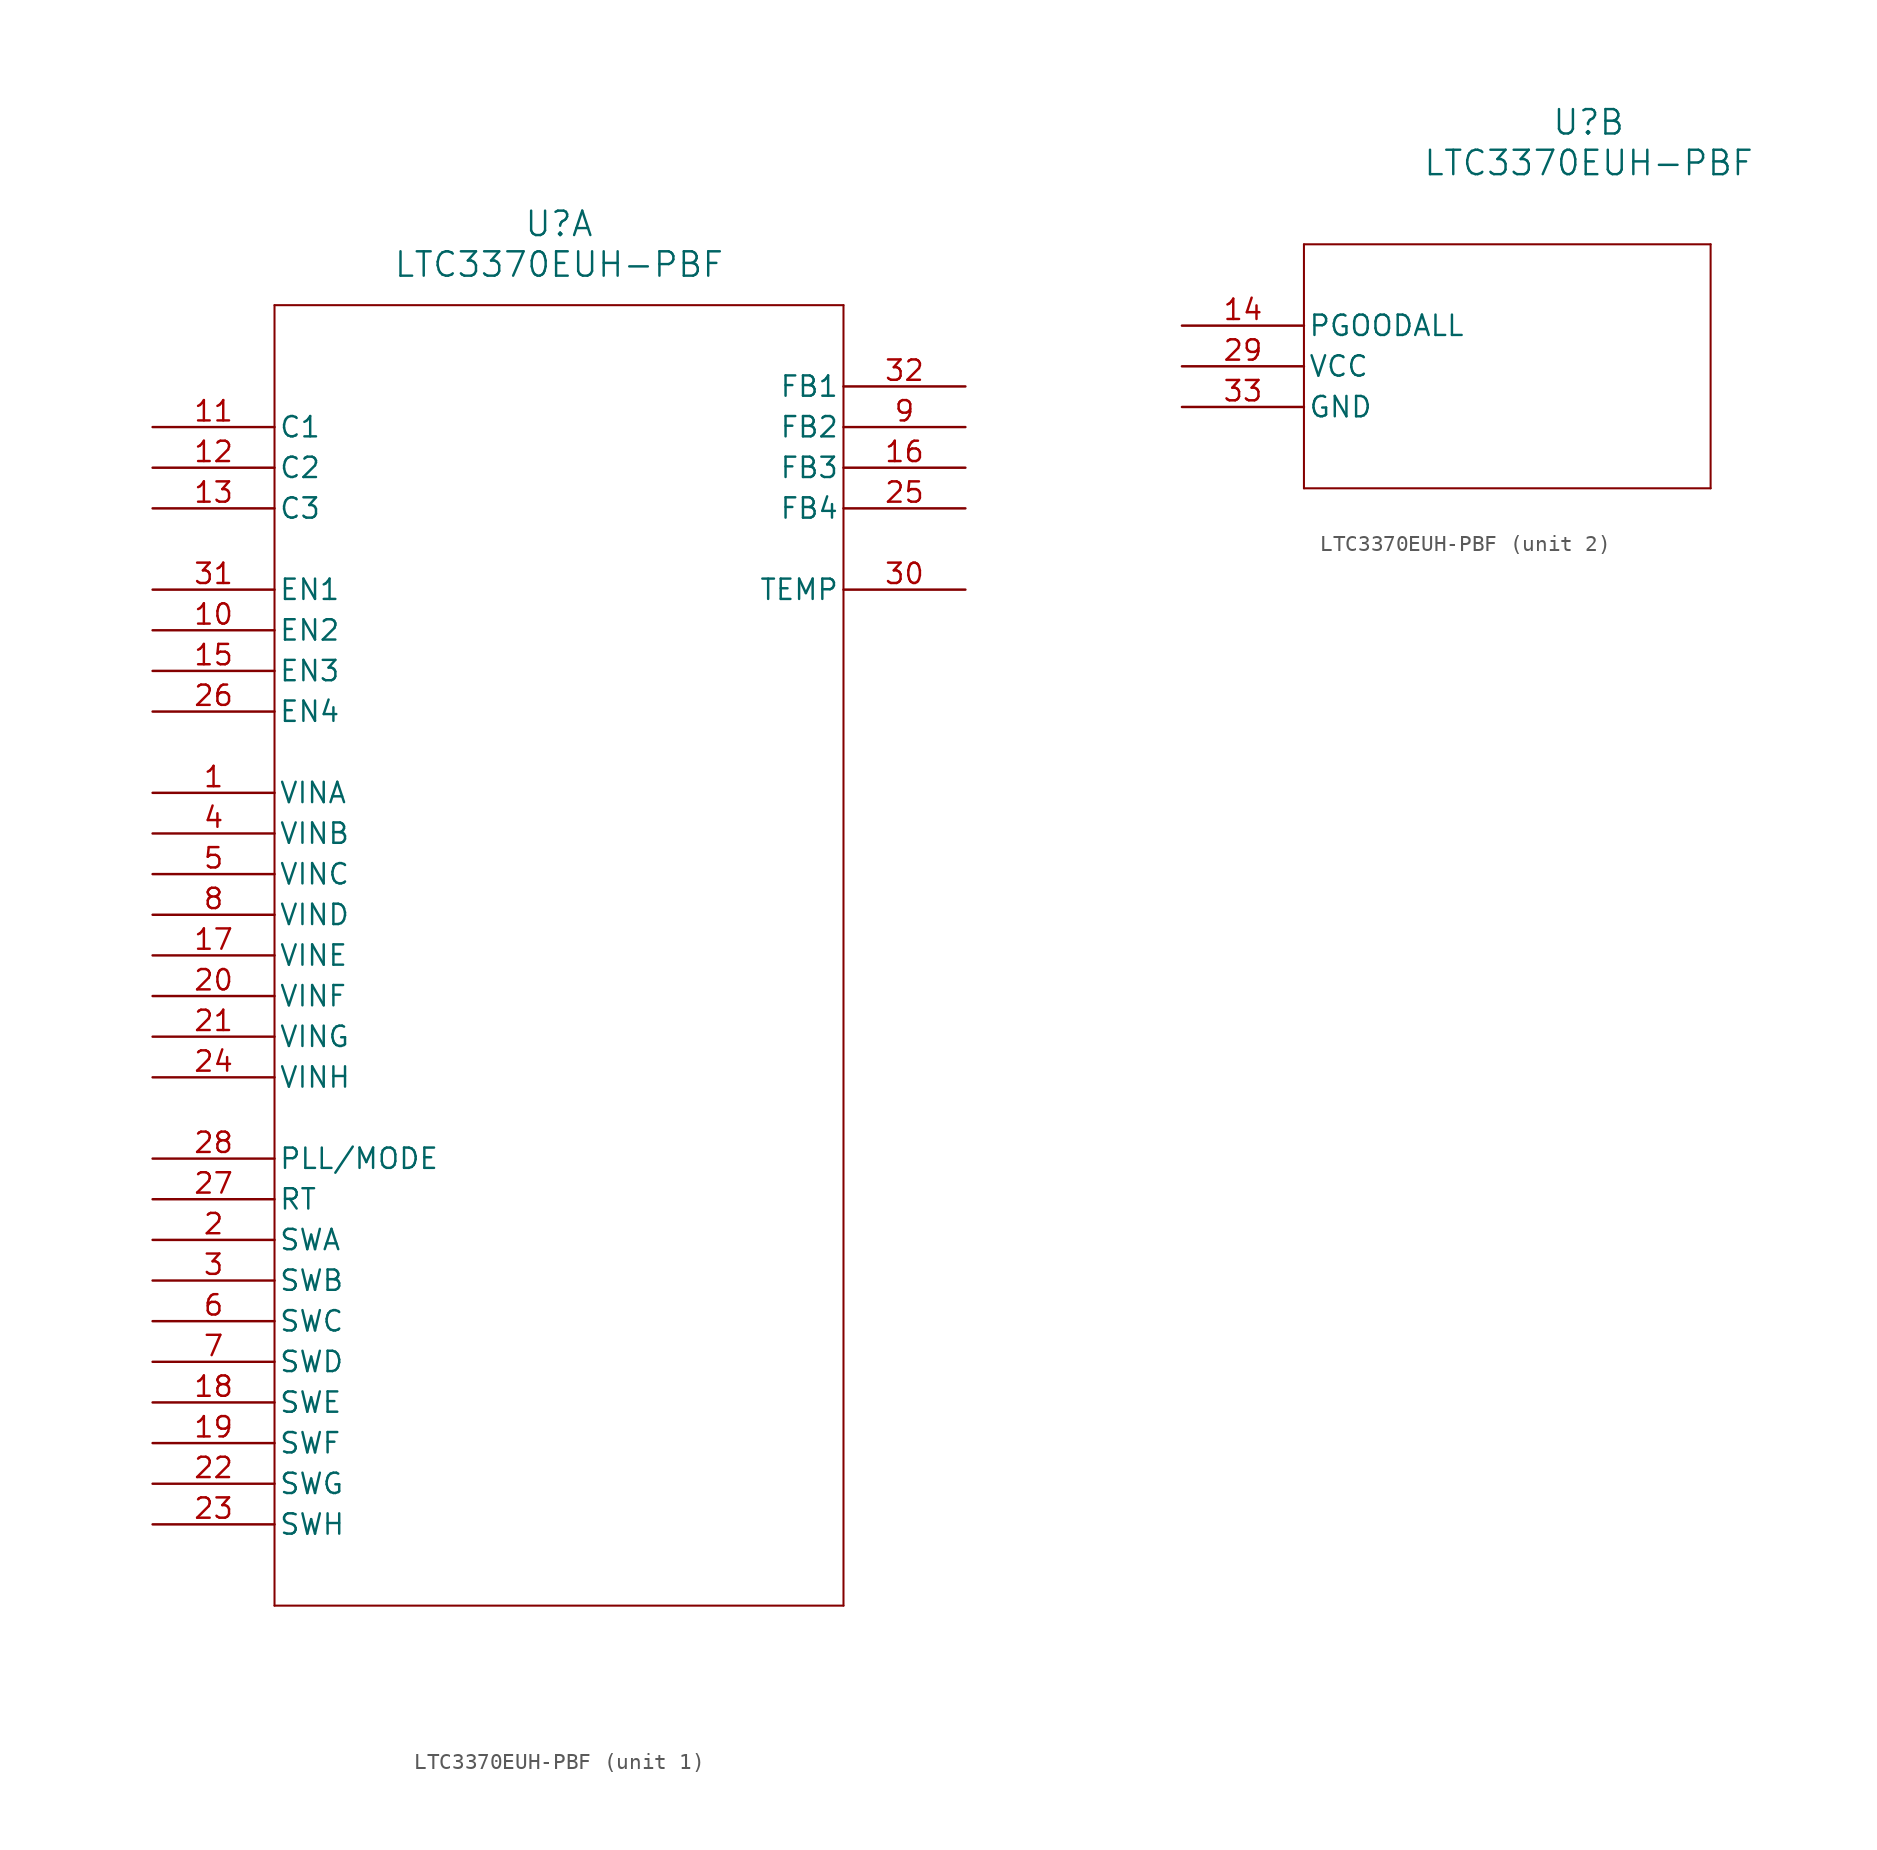
<source format=kicad_sym>
(kicad_symbol_lib
  (version 20211014)
  (generator kicad_symbol_editor)
  (symbol "LTC3370EUH-PBF"
    (pin_names
      (offset 0.254))
    (property "Reference" "U"
      (at 25.4 12.7 0)
      (effects (font (size 1.524 1.524))))
    (property "Value" "LTC3370EUH-PBF"
      (at 25.4 10.16 0)
      (effects (font (size 1.524 1.524))))
    (symbol "LTC3370EUH-PBF_1_1"
      (polyline (pts (xy 7.62 7.62) (xy 7.62 -73.66)) (stroke (width 0.127) (type default) (color 0 0 0 0)) (fill (type none)))
      (polyline (pts (xy 7.62 -73.66) (xy 43.18 -73.66)) (stroke (width 0.127) (type default) (color 0 0 0 0)) (fill (type none)))
      (polyline (pts (xy 43.18 -73.66) (xy 43.18 7.62)) (stroke (width 0.127) (type default) (color 0 0 0 0)) (fill (type none)))
      (polyline (pts (xy 43.18 7.62) (xy 7.62 7.62)) (stroke (width 0.127) (type default) (color 0 0 0 0)) (fill (type none)))
      (pin input line (at 0 -22.86 0) (length 7.62) (name "VINA" (effects (font (size 1.27 1.27)))) (number "1" (effects (font (size 1.27 1.27)))))
      (pin unspecified line (at 0 -50.8 0) (length 7.62) (name "SWA" (effects (font (size 1.27 1.27)))) (number "2" (effects (font (size 1.27 1.27)))))
      (pin unspecified line (at 0 -53.34 0) (length 7.62) (name "SWB" (effects (font (size 1.27 1.27)))) (number "3" (effects (font (size 1.27 1.27)))))
      (pin input line (at 0 -25.4 0) (length 7.62) (name "VINB" (effects (font (size 1.27 1.27)))) (number "4" (effects (font (size 1.27 1.27)))))
      (pin input line (at 0 -27.94 0) (length 7.62) (name "VINC" (effects (font (size 1.27 1.27)))) (number "5" (effects (font (size 1.27 1.27)))))
      (pin unspecified line (at 0 -55.88 0) (length 7.62) (name "SWC" (effects (font (size 1.27 1.27)))) (number "6" (effects (font (size 1.27 1.27)))))
      (pin unspecified line (at 0 -58.42 0) (length 7.62) (name "SWD" (effects (font (size 1.27 1.27)))) (number "7" (effects (font (size 1.27 1.27)))))
      (pin input line (at 0 -30.48 0) (length 7.62) (name "VIND" (effects (font (size 1.27 1.27)))) (number "8" (effects (font (size 1.27 1.27)))))
      (pin output line (at 50.8 0 180) (length 7.62) (name "FB2" (effects (font (size 1.27 1.27)))) (number "9" (effects (font (size 1.27 1.27)))))
      (pin input line (at 0 -12.7 0) (length 7.62) (name "EN2" (effects (font (size 1.27 1.27)))) (number "10" (effects (font (size 1.27 1.27)))))
      (pin input line (at 0 0 0) (length 7.62) (name "C1" (effects (font (size 1.27 1.27)))) (number "11" (effects (font (size 1.27 1.27)))))
      (pin input line (at 0 -2.54 0) (length 7.62) (name "C2" (effects (font (size 1.27 1.27)))) (number "12" (effects (font (size 1.27 1.27)))))
      (pin input line (at 0 -5.08 0) (length 7.62) (name "C3" (effects (font (size 1.27 1.27)))) (number "13" (effects (font (size 1.27 1.27)))))
      (pin input line (at 0 -15.24 0) (length 7.62) (name "EN3" (effects (font (size 1.27 1.27)))) (number "15" (effects (font (size 1.27 1.27)))))
      (pin output line (at 50.8 -2.54 180) (length 7.62) (name "FB3" (effects (font (size 1.27 1.27)))) (number "16" (effects (font (size 1.27 1.27)))))
      (pin input line (at 0 -33.02 0) (length 7.62) (name "VINE" (effects (font (size 1.27 1.27)))) (number "17" (effects (font (size 1.27 1.27)))))
      (pin unspecified line (at 0 -60.96 0) (length 7.62) (name "SWE" (effects (font (size 1.27 1.27)))) (number "18" (effects (font (size 1.27 1.27)))))
      (pin unspecified line (at 0 -63.5 0) (length 7.62) (name "SWF" (effects (font (size 1.27 1.27)))) (number "19" (effects (font (size 1.27 1.27)))))
      (pin input line (at 0 -35.56 0) (length 7.62) (name "VINF" (effects (font (size 1.27 1.27)))) (number "20" (effects (font (size 1.27 1.27)))))
      (pin input line (at 0 -38.1 0) (length 7.62) (name "VING" (effects (font (size 1.27 1.27)))) (number "21" (effects (font (size 1.27 1.27)))))
      (pin unspecified line (at 0 -66.04 0) (length 7.62) (name "SWG" (effects (font (size 1.27 1.27)))) (number "22" (effects (font (size 1.27 1.27)))))
      (pin unspecified line (at 0 -68.58 0) (length 7.62) (name "SWH" (effects (font (size 1.27 1.27)))) (number "23" (effects (font (size 1.27 1.27)))))
      (pin input line (at 0 -40.64 0) (length 7.62) (name "VINH" (effects (font (size 1.27 1.27)))) (number "24" (effects (font (size 1.27 1.27)))))
      (pin output line (at 50.8 -5.08 180) (length 7.62) (name "FB4" (effects (font (size 1.27 1.27)))) (number "25" (effects (font (size 1.27 1.27)))))
      (pin input line (at 0 -17.78 0) (length 7.62) (name "EN4" (effects (font (size 1.27 1.27)))) (number "26" (effects (font (size 1.27 1.27)))))
      (pin unspecified line (at 0 -48.26 0) (length 7.62) (name "RT" (effects (font (size 1.27 1.27)))) (number "27" (effects (font (size 1.27 1.27)))))
      (pin unspecified line (at 0 -45.72 0) (length 7.62) (name "PLL/MODE" (effects (font (size 1.27 1.27)))) (number "28" (effects (font (size 1.27 1.27)))))
      (pin output line (at 50.8 -10.16 180) (length 7.62) (name "TEMP" (effects (font (size 1.27 1.27)))) (number "30" (effects (font (size 1.27 1.27)))))
      (pin input line (at 0 -10.16 0) (length 7.62) (name "EN1" (effects (font (size 1.27 1.27)))) (number "31" (effects (font (size 1.27 1.27)))))
      (pin output line (at 50.8 2.54 180) (length 7.62) (name "FB1" (effects (font (size 1.27 1.27)))) (number "32" (effects (font (size 1.27 1.27))))))
    (symbol "LTC3370EUH-PBF_2_1"
      (polyline (pts (xy 7.62 5.08) (xy 7.62 -10.16)) (stroke (width 0.127) (type default) (color 0 0 0 0)) (fill (type none)))
      (polyline (pts (xy 7.62 -10.16) (xy 33.02 -10.16)) (stroke (width 0.127) (type default) (color 0 0 0 0)) (fill (type none)))
      (polyline (pts (xy 33.02 -10.16) (xy 33.02 5.08)) (stroke (width 0.127) (type default) (color 0 0 0 0)) (fill (type none)))
      (polyline (pts (xy 33.02 5.08) (xy 7.62 5.08)) (stroke (width 0.127) (type default) (color 0 0 0 0)) (fill (type none)))
      (pin output line (at 0 0 0) (length 7.62) (name "PGOODALL" (effects (font (size 1.27 1.27)))) (number "14" (effects (font (size 1.27 1.27)))))
      (pin power_in line (at 0 -2.54 0) (length 7.62) (name "VCC" (effects (font (size 1.27 1.27)))) (number "29" (effects (font (size 1.27 1.27)))))
      (pin power_in line (at 0 -5.08 0) (length 7.62) (name "GND" (effects (font (size 1.27 1.27)))) (number "33" (effects (font (size 1.27 1.27))))))))
</source>
